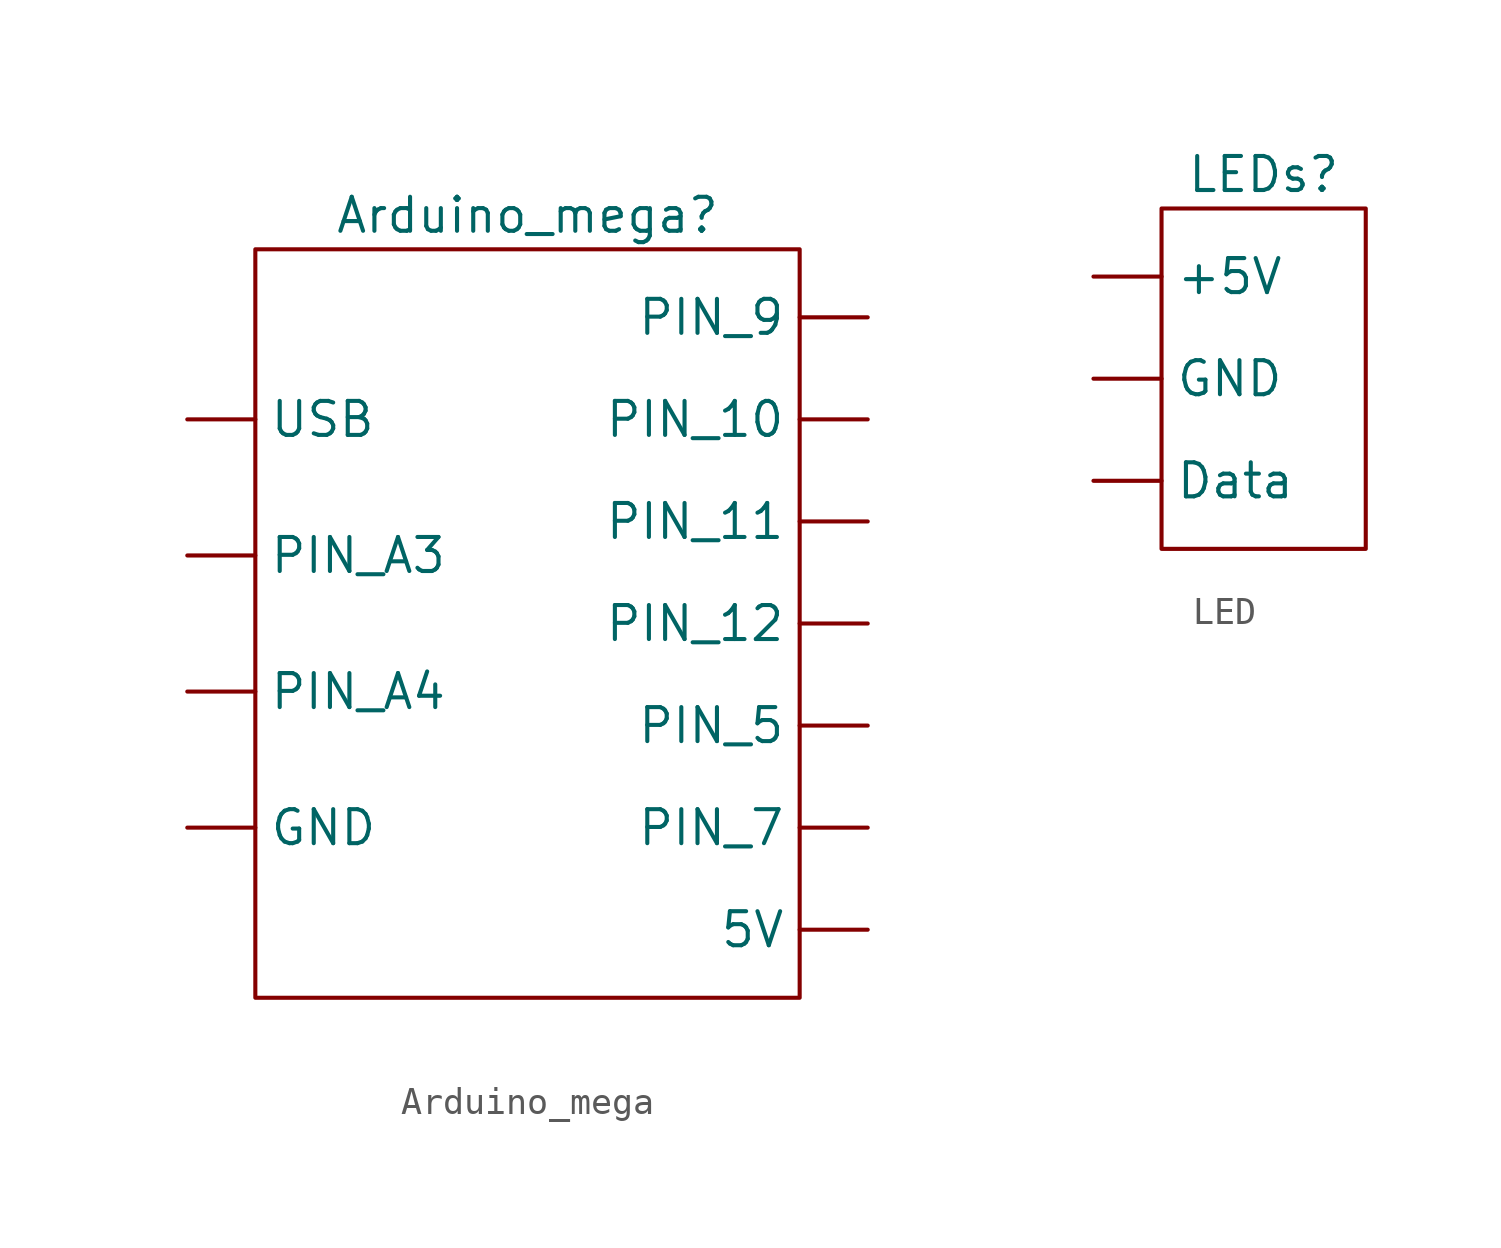
<source format=kicad_sym>
(kicad_symbol_lib
  (version 20241209)
  (generator "kicad_symbol_editor")
  (generator_version "9.0")
  (symbol "Arduino_mega"
    (property "Reference" "Arduino_mega"
      (at 0 15.24 0)
      (effects (font (size 1.27 1.27))))
    (property "Value" ""
      (at 0 0 0)
      (effects (font (size 1.27 1.27))))
    (symbol "Arduino_mega_0_1"
      (rectangle (start -10.16 13.97) (end 10.16 -13.97) (stroke (width 0) (type default)) (fill (type none))))
    (symbol "Arduino_mega_1_1"
      (pin bidirectional line (at -12.7 7.62 0) (length 2.54) (name "USB" (effects (font (size 1.27 1.27)))) (number "" (effects (font (size 1.27 1.27)))))
      (pin input line (at -12.7 2.54 0) (length 2.54) (name "PIN_A3" (effects (font (size 1.27 1.27)))) (number "" (effects (font (size 1.27 1.27)))))
      (pin input line (at -12.7 -2.54 0) (length 2.54) (name "PIN_A4" (effects (font (size 1.27 1.27)))) (number "" (effects (font (size 1.27 1.27)))))
      (pin bidirectional line (at -12.7 -7.62 0) (length 2.54) (name "GND" (effects (font (size 1.27 1.27)))) (number "" (effects (font (size 1.27 1.27)))))
      (pin output line (at 12.7 11.43 180) (length 2.54) (name "PIN_9" (effects (font (size 1.27 1.27)))) (number "" (effects (font (size 1.27 1.27)))))
      (pin output line (at 12.7 7.62 180) (length 2.54) (name "PIN_10" (effects (font (size 1.27 1.27)))) (number "" (effects (font (size 1.27 1.27)))))
      (pin output line (at 12.7 3.81 180) (length 2.54) (name "PIN_11" (effects (font (size 1.27 1.27)))) (number "" (effects (font (size 1.27 1.27)))))
      (pin output line (at 12.7 0 180) (length 2.54) (name "PIN_12" (effects (font (size 1.27 1.27)))) (number "" (effects (font (size 1.27 1.27)))))
      (pin output line (at 12.7 -3.81 180) (length 2.54) (name "PIN_5" (effects (font (size 1.27 1.27)))) (number "" (effects (font (size 1.27 1.27)))))
      (pin output line (at 12.7 -7.62 180) (length 2.54) (name "PIN_7" (effects (font (size 1.27 1.27)))) (number "" (effects (font (size 1.27 1.27)))))
      (pin output line (at 12.7 -11.43 180) (length 2.54) (name "5V" (effects (font (size 1.27 1.27)))) (number "" (effects (font (size 1.27 1.27)))))))
  (symbol "LED"
    (property "Reference" "LEDs"
      (at 0 7.62 0)
      (effects (font (size 1.27 1.27))))
    (property "Value" ""
      (at 0 0 0)
      (effects (font (size 1.27 1.27))))
    (symbol "LED_0_1"
      (rectangle (start -3.81 6.35) (end 3.81 -6.35) (stroke (width 0) (type default)) (fill (type none))))
    (symbol "LED_1_1"
      (pin input line (at -6.35 3.81 0) (length 2.54) (name "+5V" (effects (font (size 1.27 1.27)))) (number "" (effects (font (size 1.27 1.27)))))
      (pin input line (at -6.35 0 0) (length 2.54) (name "GND" (effects (font (size 1.27 1.27)))) (number "" (effects (font (size 1.27 1.27)))))
      (pin input line (at -6.35 -3.81 0) (length 2.54) (name "Data" (effects (font (size 1.27 1.27)))) (number "" (effects (font (size 1.27 1.27))))))))
</source>
